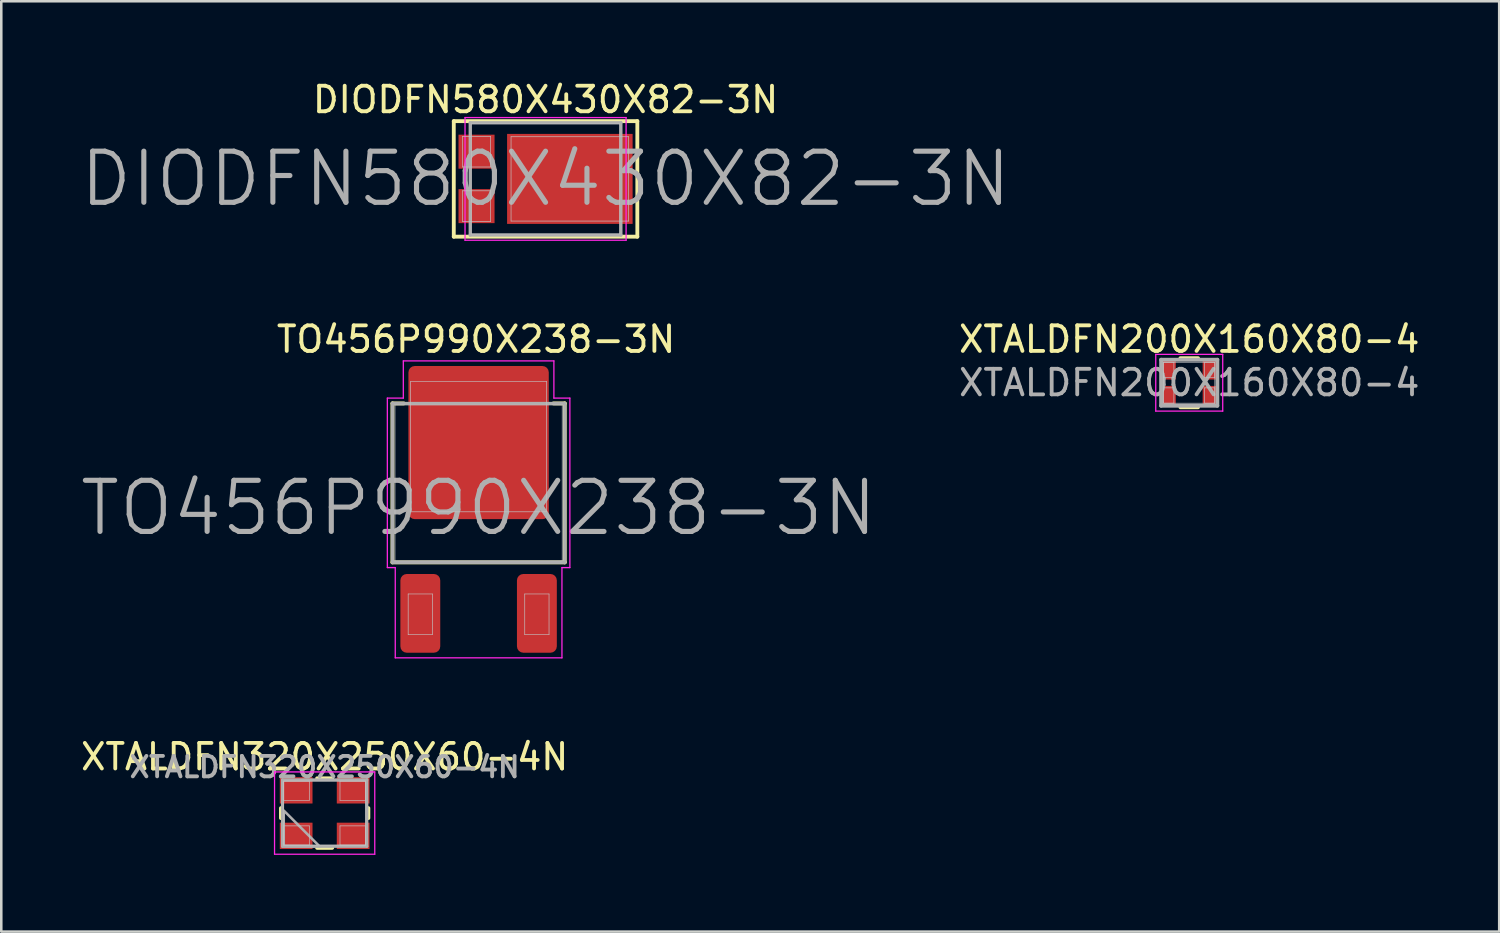
<source format=kicad_pcb>
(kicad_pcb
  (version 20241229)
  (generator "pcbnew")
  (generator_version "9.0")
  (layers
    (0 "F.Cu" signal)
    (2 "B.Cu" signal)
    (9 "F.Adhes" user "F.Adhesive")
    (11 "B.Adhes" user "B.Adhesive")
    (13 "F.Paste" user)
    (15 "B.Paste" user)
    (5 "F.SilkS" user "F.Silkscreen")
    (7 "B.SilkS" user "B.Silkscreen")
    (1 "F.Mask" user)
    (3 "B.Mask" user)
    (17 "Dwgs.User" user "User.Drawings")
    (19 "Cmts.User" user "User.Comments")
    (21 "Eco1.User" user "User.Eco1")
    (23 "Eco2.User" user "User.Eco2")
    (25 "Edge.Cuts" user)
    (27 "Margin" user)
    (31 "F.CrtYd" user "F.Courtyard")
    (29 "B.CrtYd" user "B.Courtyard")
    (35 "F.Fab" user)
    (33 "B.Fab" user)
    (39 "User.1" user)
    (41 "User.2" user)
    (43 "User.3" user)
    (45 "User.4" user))
  (footprint "XTALDFN200X160X80-4"
    (layer "F.Cu")
    (at 43.468 11.921)
    (property "Reference" "XTALDFN200X160X80-4" (at 0 0 0) (layer "F.Fab") (effects (font (size 1 1) (thickness 0.15))))
    (attr smd)
    (fp_line (start -0.345 0.96) (end 0.345 0.96) (stroke (width 0.15) (type solid)) (layer "F.SilkS"))
    (fp_line (start 0.345 -0.96) (end -0.345 -0.96) (stroke (width 0.15) (type solid)) (layer "F.SilkS"))
    (fp_line (start -1 -0.8) (end -0.6 -0.8) (stroke (width 0.025) (type solid)) (layer "Dwgs.User"))
    (fp_line (start -1 -0.8) (end 1 -0.8) (stroke (width 0.025) (type solid)) (layer "Dwgs.User"))
    (fp_line (start -1 -0.2) (end -1 -0.8) (stroke (width 0.025) (type solid)) (layer "Dwgs.User"))
    (fp_line (start -1 0.2) (end -0.6 0.2) (stroke (width 0.025) (type solid)) (layer "Dwgs.User"))
    (fp_line (start -1 0.8) (end -1 -0.8) (stroke (width 0.025) (type solid)) (layer "Dwgs.User"))
    (fp_line (start -1 0.8) (end -1 0.2) (stroke (width 0.025) (type solid)) (layer "Dwgs.User"))
    (fp_line (start -0.6 -0.8) (end -0.6 -0.2) (stroke (width 0.025) (type solid)) (layer "Dwgs.User"))
    (fp_line (start -0.6 -0.2) (end -1 -0.2) (stroke (width 0.025) (type solid)) (layer "Dwgs.User"))
    (fp_line (start -0.6 0.2) (end -0.6 0.8) (stroke (width 0.025) (type solid)) (layer "Dwgs.User"))
    (fp_line (start -0.6 0.8) (end -1 0.8) (stroke (width 0.025) (type solid)) (layer "Dwgs.User"))
    (fp_line (start 0.6 -0.8) (end 1 -0.8) (stroke (width 0.025) (type solid)) (layer "Dwgs.User"))
    (fp_line (start 0.6 -0.2) (end 0.6 -0.8) (stroke (width 0.025) (type solid)) (layer "Dwgs.User"))
    (fp_line (start 0.6 0.2) (end 1 0.2) (stroke (width 0.025) (type solid)) (layer "Dwgs.User"))
    (fp_line (start 0.6 0.8) (end 0.6 0.2) (stroke (width 0.025) (type solid)) (layer "Dwgs.User"))
    (fp_line (start 1 -0.8) (end 1 -0.2) (stroke (width 0.025) (type solid)) (layer "Dwgs.User"))
    (fp_line (start 1 -0.8) (end 1 0.8) (stroke (width 0.025) (type solid)) (layer "Dwgs.User"))
    (fp_line (start 1 -0.2) (end 0.6 -0.2) (stroke (width 0.025) (type solid)) (layer "Dwgs.User"))
    (fp_line (start 1 0.2) (end 1 0.8) (stroke (width 0.025) (type solid)) (layer "Dwgs.User"))
    (fp_line (start 1 0.8) (end -1 0.8) (stroke (width 0.025) (type solid)) (layer "Dwgs.User"))
    (fp_line (start 1 0.8) (end 0.6 0.8) (stroke (width 0.025) (type solid)) (layer "Dwgs.User"))
    (fp_line (start -1.31 -1.11) (end 1.31 -1.11) (stroke (width 0.05) (type solid)) (layer "F.CrtYd"))
    (fp_line (start -1.31 1.11) (end -1.31 -1.11) (stroke (width 0.05) (type solid)) (layer "F.CrtYd"))
    (fp_line (start 1.31 -1.11) (end 1.31 1.11) (stroke (width 0.05) (type solid)) (layer "F.CrtYd"))
    (fp_line (start 1.31 1.11) (end -1.31 1.11) (stroke (width 0.05) (type solid)) (layer "F.CrtYd"))
    (fp_line (start -1.1 -0.9) (end 1.1 -0.9) (stroke (width 0.15) (type solid)) (layer "F.Fab"))
    (fp_line (start -1.1 0.9) (end -1.1 -0.9) (stroke (width 0.15) (type solid)) (layer "F.Fab"))
    (fp_line (start 1.1 -0.9) (end 1.1 0.9) (stroke (width 0.15) (type solid)) (layer "F.Fab"))
    (fp_line (start 1.1 0.9) (end -1.1 0.9) (stroke (width 0.15) (type solid)) (layer "F.Fab"))
    (fp_text user "${REFERENCE}" (at 0 -1.7 0) (layer "F.SilkS") (effects (font (size 1 1) (thickness 0.15))))
    (pad "1" smd rect (at -0.815 0.515 90) (size 0.78 0.58) (layers "F.Cu" "F.Mask" "F.Paste"))
    (pad "2" smd rect (at 0.815 0.515 90) (size 0.78 0.58) (layers "F.Cu" "F.Mask" "F.Paste"))
    (pad "3" smd rect (at 0.815 -0.515 90) (size 0.78 0.58) (layers "F.Cu" "F.Mask" "F.Paste"))
    (pad "4" smd rect (at -0.815 -0.515 90) (size 0.78 0.58) (layers "F.Cu" "F.Mask" "F.Paste")))
  (footprint "TO456P990X238-3N"
    (layer "F.Cu")
    (at 15.671 16.822)
    (property "Reference" "TO456P990X238-3N" (at -0.1 -6.6 0) (layer "F.SilkS") (effects (font (size 1 1) (thickness 0.15))))
    (attr smd)
    (fp_line (start -3.37 -4.093) (end -2.925 -4.093) (stroke (width 0.15) (type solid)) (layer "F.SilkS"))
    (fp_line (start -3.37 2.127) (end -3.37 -4.093) (stroke (width 0.15) (type solid)) (layer "F.SilkS"))
    (fp_line (start 2.925 -4.093) (end 3.37 -4.093) (stroke (width 0.15) (type solid)) (layer "F.SilkS"))
    (fp_line (start 3.37 -4.093) (end 3.37 2.127) (stroke (width 0.15) (type solid)) (layer "F.SilkS"))
    (fp_line (start 3.37 2.127) (end -3.37 2.127) (stroke (width 0.15) (type solid)) (layer "F.SilkS"))
    (fp_line (start -3.27 -4.03) (end 3.27 -4.03) (stroke (width 0.025) (type solid)) (layer "Dwgs.User"))
    (fp_line (start -3.27 2.065) (end -3.27 -4.03) (stroke (width 0.025) (type solid)) (layer "Dwgs.User"))
    (fp_line (start -2.755 3.362) (end -1.805 3.362) (stroke (width 0.025) (type solid)) (layer "Dwgs.User"))
    (fp_line (start -2.755 4.952) (end -2.755 3.362) (stroke (width 0.025) (type solid)) (layer "Dwgs.User"))
    (fp_line (start -2.66 -4.952) (end 2.66 -4.952) (stroke (width 0.025) (type solid)) (layer "Dwgs.User"))
    (fp_line (start -2.66 0.147) (end -2.66 -4.952) (stroke (width 0.025) (type solid)) (layer "Dwgs.User"))
    (fp_line (start -1.805 3.362) (end -1.805 4.952) (stroke (width 0.025) (type solid)) (layer "Dwgs.User"))
    (fp_line (start -1.805 4.952) (end -2.755 4.952) (stroke (width 0.025) (type solid)) (layer "Dwgs.User"))
    (fp_line (start 1.805 3.362) (end 2.755 3.362) (stroke (width 0.025) (type solid)) (layer "Dwgs.User"))
    (fp_line (start 1.805 4.952) (end 1.805 3.362) (stroke (width 0.025) (type solid)) (layer "Dwgs.User"))
    (fp_line (start 2.66 -4.952) (end 2.66 0.147) (stroke (width 0.025) (type solid)) (layer "Dwgs.User"))
    (fp_line (start 2.66 0.147) (end -2.66 0.147) (stroke (width 0.025) (type solid)) (layer "Dwgs.User"))
    (fp_line (start 2.755 3.362) (end 2.755 4.952) (stroke (width 0.025) (type solid)) (layer "Dwgs.User"))
    (fp_line (start 2.755 4.952) (end 1.805 4.952) (stroke (width 0.025) (type solid)) (layer "Dwgs.User"))
    (fp_line (start 3.27 -4.03) (end 3.27 2.065) (stroke (width 0.025) (type solid)) (layer "Dwgs.User"))
    (fp_line (start 3.27 2.065) (end -3.27 2.065) (stroke (width 0.025) (type solid)) (layer "Dwgs.User"))
    (fp_line (start -3.57 -4.3) (end -3.57 2.33) (stroke (width 0.05) (type solid)) (layer "F.CrtYd"))
    (fp_line (start -3.57 2.33) (end -3.26 2.33) (stroke (width 0.05) (type solid)) (layer "F.CrtYd"))
    (fp_line (start -3.26 2.33) (end -3.26 5.86) (stroke (width 0.05) (type solid)) (layer "F.CrtYd"))
    (fp_line (start -3.26 5.86) (end 3.26 5.86) (stroke (width 0.05) (type solid)) (layer "F.CrtYd"))
    (fp_line (start -2.945 -5.755) (end -2.945 -4.3) (stroke (width 0.05) (type solid)) (layer "F.CrtYd"))
    (fp_line (start -2.945 -4.3) (end -3.57 -4.3) (stroke (width 0.05) (type solid)) (layer "F.CrtYd"))
    (fp_line (start 2.945 -5.755) (end -2.945 -5.755) (stroke (width 0.05) (type solid)) (layer "F.CrtYd"))
    (fp_line (start 2.945 -4.3) (end 2.945 -5.755) (stroke (width 0.05) (type solid)) (layer "F.CrtYd"))
    (fp_line (start 3.26 2.33) (end 3.57 2.33) (stroke (width 0.05) (type solid)) (layer "F.CrtYd"))
    (fp_line (start 3.26 5.86) (end 3.26 2.33) (stroke (width 0.05) (type solid)) (layer "F.CrtYd"))
    (fp_line (start 3.57 -4.3) (end 2.945 -4.3) (stroke (width 0.05) (type solid)) (layer "F.CrtYd"))
    (fp_line (start 3.57 2.33) (end 3.57 -4.3) (stroke (width 0.05) (type solid)) (layer "F.CrtYd"))
    (fp_line (start -3.37 -4.093) (end 3.37 -4.093) (stroke (width 0.12) (type solid)) (layer "F.Fab"))
    (fp_line (start -3.37 2.127) (end -3.37 -4.093) (stroke (width 0.12) (type solid)) (layer "F.Fab"))
    (fp_line (start 3.37 -4.093) (end 3.37 2.127) (stroke (width 0.12) (type solid)) (layer "F.Fab"))
    (fp_line (start 3.37 2.127) (end -3.37 2.127) (stroke (width 0.12) (type solid)) (layer "F.Fab"))
    (fp_text user "${REFERENCE}" (at 0 0 0) (layer "F.Fab") (effects (font (size 2 2) (thickness 0.2))))
    (pad "" smd rect (at -1.375 -4.55 90) (size 1.41 1.87) (layers "F.Paste"))
    (pad "" smd rect (at -1.375 -2.56 90) (size 1.41 1.87) (layers "F.Paste"))
    (pad "" smd rect (at -1.375 -0.57 90) (size 1.41 1.87) (layers "F.Paste"))
    (pad "" smd rect (at 1.375 -4.55 90) (size 1.41 1.87) (layers "F.Paste"))
    (pad "" smd rect (at 1.375 -2.56 90) (size 1.41 1.87) (layers "F.Paste"))
    (pad "" smd rect (at 1.375 -0.57 90) (size 1.41 1.87) (layers "F.Paste"))
    (pad "D" smd roundrect (at 0 -2.56 90) (size 5.99 5.49) (layers "F.Cu" "F.Mask") (roundrect_rratio 0.045))
    (pad "G" smd roundrect (at -2.28 4.12 90) (size 3.08 1.56) (layers "F.Cu" "F.Mask" "F.Paste") (roundrect_rratio 0.16))
    (pad "S" smd roundrect (at 2.28 4.12 90) (size 3.08 1.56) (layers "F.Cu" "F.Mask" "F.Paste") (roundrect_rratio 0.16)))
  (footprint "DIODFN580X430X82-3N"
    (layer "F.Cu")
    (at 18.29 3.948)
    (property "Reference" "DIODFN580X430X82-3N" (at 0 -3.1 0) (layer "F.SilkS") (effects (font (size 1 1) (thickness 0.15))))
    (attr smd)
    (fp_line (start -3.59 -2.26) (end 3.59 -2.26) (stroke (width 0.15) (type solid)) (layer "F.SilkS"))
    (fp_line (start -3.59 2.26) (end -3.59 -2.26) (stroke (width 0.15) (type solid)) (layer "F.SilkS"))
    (fp_line (start 3.59 -2.26) (end 3.59 2.26) (stroke (width 0.15) (type solid)) (layer "F.SilkS"))
    (fp_line (start 3.59 2.26) (end -3.59 2.26) (stroke (width 0.15) (type solid)) (layer "F.SilkS"))
    (fp_line (start -3.25 -1.665) (end -2.15 -1.665) (stroke (width 0.025) (type solid)) (layer "Dwgs.User"))
    (fp_line (start -3.25 -0.465) (end -3.25 -1.665) (stroke (width 0.025) (type solid)) (layer "Dwgs.User"))
    (fp_line (start -3.25 0.465) (end -2.15 0.465) (stroke (width 0.025) (type solid)) (layer "Dwgs.User"))
    (fp_line (start -3.25 1.665) (end -3.25 0.465) (stroke (width 0.025) (type solid)) (layer "Dwgs.User"))
    (fp_line (start -2.9 -2.15) (end 2.9 -2.15) (stroke (width 0.025) (type solid)) (layer "Dwgs.User"))
    (fp_line (start -2.9 2.15) (end -2.9 -2.15) (stroke (width 0.025) (type solid)) (layer "Dwgs.User"))
    (fp_line (start -2.15 -1.665) (end -2.15 -0.465) (stroke (width 0.025) (type solid)) (layer "Dwgs.User"))
    (fp_line (start -2.15 -0.465) (end -3.25 -0.465) (stroke (width 0.025) (type solid)) (layer "Dwgs.User"))
    (fp_line (start -2.15 0.465) (end -2.15 1.665) (stroke (width 0.025) (type solid)) (layer "Dwgs.User"))
    (fp_line (start -2.15 1.665) (end -3.25 1.665) (stroke (width 0.025) (type solid)) (layer "Dwgs.User"))
    (fp_line (start -1.35 -1.65) (end 3.25 -1.65) (stroke (width 0.025) (type solid)) (layer "Dwgs.User"))
    (fp_line (start -1.35 1.65) (end -1.35 -1.65) (stroke (width 0.025) (type solid)) (layer "Dwgs.User"))
    (fp_line (start 2.9 -2.15) (end 2.9 2.15) (stroke (width 0.025) (type solid)) (layer "Dwgs.User"))
    (fp_line (start 2.9 2.15) (end -2.9 2.15) (stroke (width 0.025) (type solid)) (layer "Dwgs.User"))
    (fp_line (start 3.25 -1.65) (end 3.25 1.65) (stroke (width 0.025) (type solid)) (layer "Dwgs.User"))
    (fp_line (start 3.25 1.65) (end -1.35 1.65) (stroke (width 0.025) (type solid)) (layer "Dwgs.User"))
    (fp_line (start -3.15 -2.4) (end 3.15 -2.4) (stroke (width 0.05) (type solid)) (layer "F.CrtYd"))
    (fp_line (start -3.15 2.4) (end -3.15 -2.4) (stroke (width 0.05) (type solid)) (layer "F.CrtYd"))
    (fp_line (start 3.15 -2.4) (end 3.15 2.4) (stroke (width 0.05) (type solid)) (layer "F.CrtYd"))
    (fp_line (start 3.15 2.4) (end -3.15 2.4) (stroke (width 0.05) (type solid)) (layer "F.CrtYd"))
    (fp_line (start -2.95 -2.2) (end 2.95 -2.2) (stroke (width 0.12) (type solid)) (layer "F.Fab"))
    (fp_line (start -2.95 2.2) (end -2.95 -2.2) (stroke (width 0.12) (type solid)) (layer "F.Fab"))
    (fp_line (start 2.95 -2.2) (end 2.95 2.2) (stroke (width 0.12) (type solid)) (layer "F.Fab"))
    (fp_line (start 2.95 2.2) (end -2.95 2.2) (stroke (width 0.12) (type solid)) (layer "F.Fab"))
    (fp_text user "${REFERENCE}" (at 0 0 0) (layer "F.Fab") (effects (font (size 2 2) (thickness 0.2))))
    (pad "" smd rect (at -0.28 -0.88) (size 1.8 1.2) (layers "F.Paste"))
    (pad "" smd rect (at -0.28 0.88) (size 1.8 1.2) (layers "F.Paste"))
    (pad "" smd rect (at 2.18 -0.88) (size 1.8 1.2) (layers "F.Paste"))
    (pad "" smd rect (at 2.18 0.88) (size 1.8 1.2) (layers "F.Paste"))
    (pad "1" smd rect (at -2.7 -1.065) (size 1.41 1.33) (layers "F.Cu" "F.Mask" "F.Paste"))
    (pad "2" smd rect (at -2.7 1.065) (size 1.41 1.33) (layers "F.Cu" "F.Mask" "F.Paste"))
    (pad "K" smd rect (at 0.95 0) (size 4.91 3.52) (layers "F.Cu" "F.Mask")))
  (footprint "XTALDFN320X250X60-4N"
    (layer "F.Cu")
    (at 9.649 28.755)
    (property "Reference" "XTALDFN320X250X60-4N" (at 0 -1.8 0) (layer "F.Fab") (effects (font (size 0.8 0.8) (thickness 0.15))))
    (attr smd)
    (fp_line (start -1.71 0.195) (end -1.71 -0.195) (stroke (width 0.15) (type solid)) (layer "F.SilkS"))
    (fp_line (start -0.295 1.36) (end 0.295 1.36) (stroke (width 0.15) (type solid)) (layer "F.SilkS"))
    (fp_line (start 0.295 -1.36) (end -0.295 -1.36) (stroke (width 0.15) (type solid)) (layer "F.SilkS"))
    (fp_line (start 1.71 0.195) (end 1.71 -0.195) (stroke (width 0.15) (type solid)) (layer "F.SilkS"))
    (fp_line (start -1.6 -1.25) (end -0.6 -1.25) (stroke (width 0.025) (type solid)) (layer "Dwgs.User"))
    (fp_line (start -1.6 -1.25) (end 1.6 -1.25) (stroke (width 0.025) (type solid)) (layer "Dwgs.User"))
    (fp_line (start -1.6 -0.5) (end -1.6 -1.25) (stroke (width 0.025) (type solid)) (layer "Dwgs.User"))
    (fp_line (start -1.6 0.5) (end -0.6 0.5) (stroke (width 0.025) (type solid)) (layer "Dwgs.User"))
    (fp_line (start -1.6 1.25) (end -1.6 -1.25) (stroke (width 0.025) (type solid)) (layer "Dwgs.User"))
    (fp_line (start -1.6 1.25) (end -1.6 0.5) (stroke (width 0.025) (type solid)) (layer "Dwgs.User"))
    (fp_line (start -0.6 -1.25) (end -0.6 -0.5) (stroke (width 0.025) (type solid)) (layer "Dwgs.User"))
    (fp_line (start -0.6 -0.5) (end -1.6 -0.5) (stroke (width 0.025) (type solid)) (layer "Dwgs.User"))
    (fp_line (start -0.6 0.5) (end -0.6 1.25) (stroke (width 0.025) (type solid)) (layer "Dwgs.User"))
    (fp_line (start -0.6 1.25) (end -1.6 1.25) (stroke (width 0.025) (type solid)) (layer "Dwgs.User"))
    (fp_line (start 0.6 -1.25) (end 1.6 -1.25) (stroke (width 0.025) (type solid)) (layer "Dwgs.User"))
    (fp_line (start 0.6 -0.5) (end 0.6 -1.25) (stroke (width 0.025) (type solid)) (layer "Dwgs.User"))
    (fp_line (start 0.6 0.5) (end 1.6 0.5) (stroke (width 0.025) (type solid)) (layer "Dwgs.User"))
    (fp_line (start 0.6 1.25) (end 0.6 0.5) (stroke (width 0.025) (type solid)) (layer "Dwgs.User"))
    (fp_line (start 1.6 -1.25) (end 1.6 -0.5) (stroke (width 0.025) (type solid)) (layer "Dwgs.User"))
    (fp_line (start 1.6 -1.25) (end 1.6 1.25) (stroke (width 0.025) (type solid)) (layer "Dwgs.User"))
    (fp_line (start 1.6 -0.5) (end 0.6 -0.5) (stroke (width 0.025) (type solid)) (layer "Dwgs.User"))
    (fp_line (start 1.6 0.5) (end 1.6 1.25) (stroke (width 0.025) (type solid)) (layer "Dwgs.User"))
    (fp_line (start 1.6 1.25) (end -1.6 1.25) (stroke (width 0.025) (type solid)) (layer "Dwgs.User"))
    (fp_line (start 1.6 1.25) (end 0.6 1.25) (stroke (width 0.025) (type solid)) (layer "Dwgs.User"))
    (fp_line (start -1.96 -1.61) (end 1.96 -1.61) (stroke (width 0.05) (type solid)) (layer "F.CrtYd"))
    (fp_line (start -1.96 1.61) (end -1.96 -1.61) (stroke (width 0.05) (type solid)) (layer "F.CrtYd"))
    (fp_line (start 1.96 -1.61) (end 1.96 1.61) (stroke (width 0.05) (type solid)) (layer "F.CrtYd"))
    (fp_line (start 1.96 1.61) (end -1.96 1.61) (stroke (width 0.05) (type solid)) (layer "F.CrtYd"))
    (fp_line (start -1.65 -1.3) (end 1.65 -1.3) (stroke (width 0.12) (type solid)) (layer "F.Fab"))
    (fp_line (start -1.65 1.3) (end -1.65 -1.3) (stroke (width 0.12) (type solid)) (layer "F.Fab"))
    (fp_line (start 1.65 -1.3) (end 1.65 1.3) (stroke (width 0.12) (type solid)) (layer "F.Fab"))
    (fp_line (start 1.65 1.3) (end -1.65 1.3) (stroke (width 0.12) (type solid)) (layer "F.Fab"))
    (fp_poly (pts (xy -0.2 1.3) (xy -1.6 1.3) (xy -1.6 -0.1)) (stroke (width 0.1) (type solid)) (fill no) (layer "F.Fab"))
    (fp_text user "${REFERENCE}" (at 0 -2.2 0) (layer "F.SilkS") (effects (font (size 1 1) (thickness 0.15))))
    (pad "1" smd rect (at -1.115 0.89 90) (size 1.03 1.28) (layers "F.Cu" "F.Mask" "F.Paste"))
    (pad "2" smd rect (at 1.115 0.89 90) (size 1.03 1.28) (layers "F.Cu" "F.Mask" "F.Paste"))
    (pad "3" smd rect (at 1.115 -0.89 90) (size 1.03 1.28) (layers "F.Cu" "F.Mask" "F.Paste"))
    (pad "4" smd rect (at -1.115 -0.89 90) (size 1.03 1.28) (layers "F.Cu" "F.Mask" "F.Paste")))
  (gr_rect
    (start -3 -3)
    (end 55.593 33.39)
    (stroke (width 0.1) (type default))
    (fill no)
    (layer "Edge.Cuts")))
</source>
